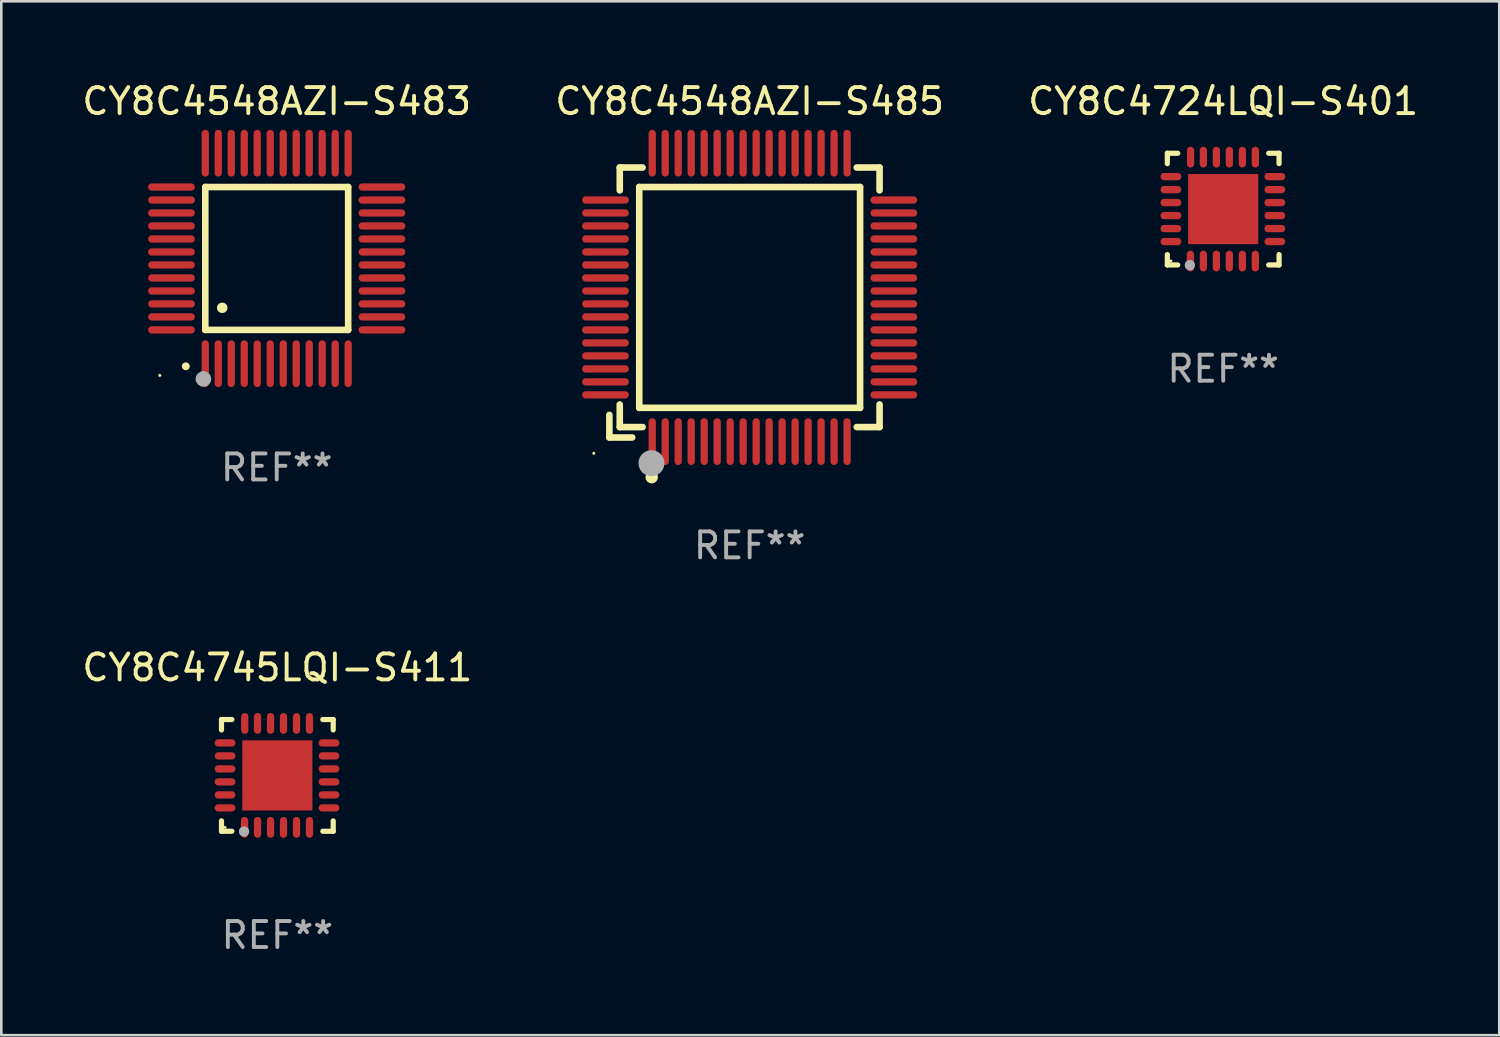
<source format=kicad_pcb>
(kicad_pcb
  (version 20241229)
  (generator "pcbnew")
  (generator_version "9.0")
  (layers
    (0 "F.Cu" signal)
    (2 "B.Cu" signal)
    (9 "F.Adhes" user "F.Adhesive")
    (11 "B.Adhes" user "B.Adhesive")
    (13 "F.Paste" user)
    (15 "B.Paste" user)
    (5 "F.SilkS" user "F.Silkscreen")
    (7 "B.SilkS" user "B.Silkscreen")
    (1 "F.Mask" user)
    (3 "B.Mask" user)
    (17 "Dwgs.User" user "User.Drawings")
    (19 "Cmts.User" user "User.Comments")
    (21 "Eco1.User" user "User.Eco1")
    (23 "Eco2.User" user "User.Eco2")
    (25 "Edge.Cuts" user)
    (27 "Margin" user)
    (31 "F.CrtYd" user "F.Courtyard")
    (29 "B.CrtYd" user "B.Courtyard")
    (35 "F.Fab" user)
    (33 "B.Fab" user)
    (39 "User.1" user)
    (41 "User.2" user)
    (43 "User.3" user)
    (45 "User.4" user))
  (footprint "CY8C4548AZI-S483"
    (layer "F.Cu")
    (at 7.601 6.898)
    (property "Reference" "CY8C4548AZI-S483" (at 0 -6.05 0) (layer "F.SilkS") (effects (font (size 1 1) (thickness 0.15))))
    (attr through_hole)
    (fp_line (start -2.75 -2.75) (end 2.75 -2.75) (stroke (width 0.254) (type solid)) (layer "F.SilkS"))
    (fp_line (start -2.75 2.75) (end -2.75 -2.75) (stroke (width 0.254) (type solid)) (layer "F.SilkS"))
    (fp_line (start 2.75 -2.75) (end 2.75 2.75) (stroke (width 0.254) (type solid)) (layer "F.SilkS"))
    (fp_line (start 2.75 2.75) (end -2.75 2.75) (stroke (width 0.254) (type solid)) (layer "F.SilkS"))
    (fp_arc (start -3.500127 4.150368) (mid -3.498857 4.150363) (end -3.497587 4.150368) (stroke (width 0.3) (type solid)) (layer "F.SilkS"))
    (fp_arc (start -2.100584 1.899924) (mid -2.098044 1.899908) (end -2.095504 1.899924) (stroke (width 0.4) (type solid)) (layer "F.SilkS"))
    (fp_circle (center -4.5 4.5) (end -4.47 4.5) (stroke (width 0.06) (type solid)) (fill no) (layer "F.SilkS"))
    (fp_circle (center -2.822 4.638) (end -2.672 4.638) (stroke (width 0.3) (type solid)) (fill no) (layer "F.Fab"))
    (fp_text user "REF**" (at 0 8.05 0) (layer "F.Fab") (effects (font (size 1 1) (thickness 0.15))))
    (pad "1" smd oval (at -2.75 4.05) (size 0.28 1.8) (layers "F.Cu" "F.Mask" "F.Paste"))
    (pad "2" smd oval (at -2.25 4.05) (size 0.28 1.8) (layers "F.Cu" "F.Mask" "F.Paste"))
    (pad "3" smd oval (at -1.75 4.05) (size 0.28 1.8) (layers "F.Cu" "F.Mask" "F.Paste"))
    (pad "4" smd oval (at -1.25 4.05) (size 0.28 1.8) (layers "F.Cu" "F.Mask" "F.Paste"))
    (pad "5" smd oval (at -0.75 4.05) (size 0.28 1.8) (layers "F.Cu" "F.Mask" "F.Paste"))
    (pad "6" smd oval (at -0.25 4.05) (size 0.28 1.8) (layers "F.Cu" "F.Mask" "F.Paste"))
    (pad "7" smd oval (at 0.25 4.05) (size 0.28 1.8) (layers "F.Cu" "F.Mask" "F.Paste"))
    (pad "8" smd oval (at 0.75 4.05) (size 0.28 1.8) (layers "F.Cu" "F.Mask" "F.Paste"))
    (pad "9" smd oval (at 1.25 4.05) (size 0.28 1.8) (layers "F.Cu" "F.Mask" "F.Paste"))
    (pad "10" smd oval (at 1.75 4.05) (size 0.28 1.8) (layers "F.Cu" "F.Mask" "F.Paste"))
    (pad "11" smd oval (at 2.25 4.05) (size 0.28 1.8) (layers "F.Cu" "F.Mask" "F.Paste"))
    (pad "12" smd oval (at 2.75 4.05) (size 0.28 1.8) (layers "F.Cu" "F.Mask" "F.Paste"))
    (pad "13" smd oval (at 4.05 2.75) (size 1.8 0.28) (layers "F.Cu" "F.Mask" "F.Paste"))
    (pad "14" smd oval (at 4.05 2.25) (size 1.8 0.28) (layers "F.Cu" "F.Mask" "F.Paste"))
    (pad "15" smd oval (at 4.05 1.75) (size 1.8 0.28) (layers "F.Cu" "F.Mask" "F.Paste"))
    (pad "16" smd oval (at 4.05 1.25) (size 1.8 0.28) (layers "F.Cu" "F.Mask" "F.Paste"))
    (pad "17" smd oval (at 4.05 0.75) (size 1.8 0.28) (layers "F.Cu" "F.Mask" "F.Paste"))
    (pad "18" smd oval (at 4.05 0.25) (size 1.8 0.28) (layers "F.Cu" "F.Mask" "F.Paste"))
    (pad "19" smd oval (at 4.05 -0.25) (size 1.8 0.28) (layers "F.Cu" "F.Mask" "F.Paste"))
    (pad "20" smd oval (at 4.05 -0.75) (size 1.8 0.28) (layers "F.Cu" "F.Mask" "F.Paste"))
    (pad "21" smd oval (at 4.05 -1.25) (size 1.8 0.28) (layers "F.Cu" "F.Mask" "F.Paste"))
    (pad "22" smd oval (at 4.05 -1.75) (size 1.8 0.28) (layers "F.Cu" "F.Mask" "F.Paste"))
    (pad "23" smd oval (at 4.05 -2.25) (size 1.8 0.28) (layers "F.Cu" "F.Mask" "F.Paste"))
    (pad "24" smd oval (at 4.05 -2.75) (size 1.8 0.28) (layers "F.Cu" "F.Mask" "F.Paste"))
    (pad "25" smd oval (at 2.75 -4.05) (size 0.28 1.8) (layers "F.Cu" "F.Mask" "F.Paste"))
    (pad "26" smd oval (at 2.25 -4.05) (size 0.28 1.8) (layers "F.Cu" "F.Mask" "F.Paste"))
    (pad "27" smd oval (at 1.75 -4.05) (size 0.28 1.8) (layers "F.Cu" "F.Mask" "F.Paste"))
    (pad "28" smd oval (at 1.25 -4.05) (size 0.28 1.8) (layers "F.Cu" "F.Mask" "F.Paste"))
    (pad "29" smd oval (at 0.75 -4.05) (size 0.28 1.8) (layers "F.Cu" "F.Mask" "F.Paste"))
    (pad "30" smd oval (at 0.25 -4.05) (size 0.28 1.8) (layers "F.Cu" "F.Mask" "F.Paste"))
    (pad "31" smd oval (at -0.25 -4.05) (size 0.28 1.8) (layers "F.Cu" "F.Mask" "F.Paste"))
    (pad "32" smd oval (at -0.75 -4.05) (size 0.28 1.8) (layers "F.Cu" "F.Mask" "F.Paste"))
    (pad "33" smd oval (at -1.25 -4.05) (size 0.28 1.8) (layers "F.Cu" "F.Mask" "F.Paste"))
    (pad "34" smd oval (at -1.75 -4.05) (size 0.28 1.8) (layers "F.Cu" "F.Mask" "F.Paste"))
    (pad "35" smd oval (at -2.25 -4.05) (size 0.28 1.8) (layers "F.Cu" "F.Mask" "F.Paste"))
    (pad "36" smd oval (at -2.75 -4.05) (size 0.28 1.8) (layers "F.Cu" "F.Mask" "F.Paste"))
    (pad "37" smd oval (at -4.05 -2.75) (size 1.8 0.28) (layers "F.Cu" "F.Mask" "F.Paste"))
    (pad "38" smd oval (at -4.05 -2.25) (size 1.8 0.28) (layers "F.Cu" "F.Mask" "F.Paste"))
    (pad "39" smd oval (at -4.05 -1.75) (size 1.8 0.28) (layers "F.Cu" "F.Mask" "F.Paste"))
    (pad "40" smd oval (at -4.05 -1.25) (size 1.8 0.28) (layers "F.Cu" "F.Mask" "F.Paste"))
    (pad "41" smd oval (at -4.05 -0.75) (size 1.8 0.28) (layers "F.Cu" "F.Mask" "F.Paste"))
    (pad "42" smd oval (at -4.05 -0.25) (size 1.8 0.28) (layers "F.Cu" "F.Mask" "F.Paste"))
    (pad "43" smd oval (at -4.05 0.25) (size 1.8 0.28) (layers "F.Cu" "F.Mask" "F.Paste"))
    (pad "44" smd oval (at -4.05 0.75) (size 1.8 0.28) (layers "F.Cu" "F.Mask" "F.Paste"))
    (pad "45" smd oval (at -4.05 1.25) (size 1.8 0.28) (layers "F.Cu" "F.Mask" "F.Paste"))
    (pad "46" smd oval (at -4.05 1.75) (size 1.8 0.28) (layers "F.Cu" "F.Mask" "F.Paste"))
    (pad "47" smd oval (at -4.05 2.25) (size 1.8 0.28) (layers "F.Cu" "F.Mask" "F.Paste"))
    (pad "48" smd oval (at -4.05 2.75) (size 1.8 0.28) (layers "F.Cu" "F.Mask" "F.Paste")))
  (footprint "CY8C4548AZI-S485"
    (layer "F.Cu")
    (at 25.804 8.398)
    (property "Reference" "CY8C4548AZI-S485" (at 0 -7.55 0) (layer "F.SilkS") (effects (font (size 1 1) (thickness 0.15))))
    (attr through_hole)
    (fp_line (start -5.4 4.521) (end -5.4 5.39) (stroke (width 0.254) (type solid)) (layer "F.SilkS"))
    (fp_line (start -5.4 5.39) (end -4.521 5.39) (stroke (width 0.254) (type solid)) (layer "F.SilkS"))
    (fp_line (start -5 -5) (end -5 -4.121) (stroke (width 0.254) (type solid)) (layer "F.SilkS"))
    (fp_line (start -5 4.121) (end -5 4.99) (stroke (width 0.254) (type solid)) (layer "F.SilkS"))
    (fp_line (start -5 4.99) (end -4.121 4.99) (stroke (width 0.254) (type solid)) (layer "F.SilkS"))
    (fp_line (start -4.25 -4.25) (end -4.25 4.25) (stroke (width 0.254) (type solid)) (layer "F.SilkS"))
    (fp_line (start -4.25 4.25) (end 4.25 4.25) (stroke (width 0.254) (type solid)) (layer "F.SilkS"))
    (fp_line (start -4.121 -5) (end -5 -5) (stroke (width 0.254) (type solid)) (layer "F.SilkS"))
    (fp_line (start 4.121 4.99) (end 5 4.99) (stroke (width 0.254) (type solid)) (layer "F.SilkS"))
    (fp_line (start 4.25 -4.25) (end -4.25 -4.25) (stroke (width 0.254) (type solid)) (layer "F.SilkS"))
    (fp_line (start 4.25 4.25) (end 4.25 -4.25) (stroke (width 0.254) (type solid)) (layer "F.SilkS"))
    (fp_line (start 5 -5) (end 4.121 -5) (stroke (width 0.254) (type solid)) (layer "F.SilkS"))
    (fp_line (start 5 -4.121) (end 5 -5) (stroke (width 0.254) (type solid)) (layer "F.SilkS"))
    (fp_line (start 5 4.99) (end 5 4.121) (stroke (width 0.254) (type solid)) (layer "F.SilkS"))
    (fp_circle (center -6 6) (end -5.97 6) (stroke (width 0.06) (type solid)) (fill no) (layer "F.SilkS"))
    (fp_circle (center -3.77 6.92) (end -3.65 6.92) (stroke (width 0.24) (type solid)) (fill no) (layer "F.SilkS"))
    (fp_circle (center -3.78 6.38) (end -3.53 6.38) (stroke (width 0.5) (type solid)) (fill no) (layer "F.Fab"))
    (fp_text user "REF**" (at 0 9.55 0) (layer "F.Fab") (effects (font (size 1 1) (thickness 0.15))))
    (pad "1" smd oval (at -3.75 5.55) (size 0.28 1.8) (layers "F.Cu" "F.Mask" "F.Paste"))
    (pad "2" smd oval (at -3.25 5.55) (size 0.28 1.8) (layers "F.Cu" "F.Mask" "F.Paste"))
    (pad "3" smd oval (at -2.75 5.55) (size 0.28 1.8) (layers "F.Cu" "F.Mask" "F.Paste"))
    (pad "4" smd oval (at -2.25 5.55) (size 0.28 1.8) (layers "F.Cu" "F.Mask" "F.Paste"))
    (pad "5" smd oval (at -1.75 5.55) (size 0.28 1.8) (layers "F.Cu" "F.Mask" "F.Paste"))
    (pad "6" smd oval (at -1.25 5.55) (size 0.28 1.8) (layers "F.Cu" "F.Mask" "F.Paste"))
    (pad "7" smd oval (at -0.75 5.55) (size 0.28 1.8) (layers "F.Cu" "F.Mask" "F.Paste"))
    (pad "8" smd oval (at -0.25 5.55) (size 0.28 1.8) (layers "F.Cu" "F.Mask" "F.Paste"))
    (pad "9" smd oval (at 0.25 5.55) (size 0.28 1.8) (layers "F.Cu" "F.Mask" "F.Paste"))
    (pad "10" smd oval (at 0.75 5.55) (size 0.28 1.8) (layers "F.Cu" "F.Mask" "F.Paste"))
    (pad "11" smd oval (at 1.25 5.55) (size 0.28 1.8) (layers "F.Cu" "F.Mask" "F.Paste"))
    (pad "12" smd oval (at 1.75 5.55) (size 0.28 1.8) (layers "F.Cu" "F.Mask" "F.Paste"))
    (pad "13" smd oval (at 2.25 5.55) (size 0.28 1.8) (layers "F.Cu" "F.Mask" "F.Paste"))
    (pad "14" smd oval (at 2.75 5.55) (size 0.28 1.8) (layers "F.Cu" "F.Mask" "F.Paste"))
    (pad "15" smd oval (at 3.25 5.55) (size 0.28 1.8) (layers "F.Cu" "F.Mask" "F.Paste"))
    (pad "16" smd oval (at 3.75 5.55) (size 0.28 1.8) (layers "F.Cu" "F.Mask" "F.Paste"))
    (pad "17" smd oval (at 5.55 3.75) (size 1.8 0.28) (layers "F.Cu" "F.Mask" "F.Paste"))
    (pad "18" smd oval (at 5.55 3.25) (size 1.8 0.28) (layers "F.Cu" "F.Mask" "F.Paste"))
    (pad "19" smd oval (at 5.55 2.75) (size 1.8 0.28) (layers "F.Cu" "F.Mask" "F.Paste"))
    (pad "20" smd oval (at 5.55 2.25) (size 1.8 0.28) (layers "F.Cu" "F.Mask" "F.Paste"))
    (pad "21" smd oval (at 5.55 1.75) (size 1.8 0.28) (layers "F.Cu" "F.Mask" "F.Paste"))
    (pad "22" smd oval (at 5.55 1.25) (size 1.8 0.28) (layers "F.Cu" "F.Mask" "F.Paste"))
    (pad "23" smd oval (at 5.55 0.75) (size 1.8 0.28) (layers "F.Cu" "F.Mask" "F.Paste"))
    (pad "24" smd oval (at 5.55 0.25) (size 1.8 0.28) (layers "F.Cu" "F.Mask" "F.Paste"))
    (pad "25" smd oval (at 5.55 -0.25) (size 1.8 0.28) (layers "F.Cu" "F.Mask" "F.Paste"))
    (pad "26" smd oval (at 5.55 -0.75) (size 1.8 0.28) (layers "F.Cu" "F.Mask" "F.Paste"))
    (pad "27" smd oval (at 5.55 -1.25) (size 1.8 0.28) (layers "F.Cu" "F.Mask" "F.Paste"))
    (pad "28" smd oval (at 5.55 -1.75) (size 1.8 0.28) (layers "F.Cu" "F.Mask" "F.Paste"))
    (pad "29" smd oval (at 5.55 -2.25) (size 1.8 0.28) (layers "F.Cu" "F.Mask" "F.Paste"))
    (pad "30" smd oval (at 5.55 -2.75) (size 1.8 0.28) (layers "F.Cu" "F.Mask" "F.Paste"))
    (pad "31" smd oval (at 5.55 -3.25) (size 1.8 0.28) (layers "F.Cu" "F.Mask" "F.Paste"))
    (pad "32" smd oval (at 5.55 -3.75) (size 1.8 0.28) (layers "F.Cu" "F.Mask" "F.Paste"))
    (pad "33" smd oval (at 3.75 -5.55) (size 0.28 1.8) (layers "F.Cu" "F.Mask" "F.Paste"))
    (pad "34" smd oval (at 3.25 -5.55) (size 0.28 1.8) (layers "F.Cu" "F.Mask" "F.Paste"))
    (pad "35" smd oval (at 2.75 -5.55) (size 0.28 1.8) (layers "F.Cu" "F.Mask" "F.Paste"))
    (pad "36" smd oval (at 2.25 -5.55) (size 0.28 1.8) (layers "F.Cu" "F.Mask" "F.Paste"))
    (pad "37" smd oval (at 1.75 -5.55) (size 0.28 1.8) (layers "F.Cu" "F.Mask" "F.Paste"))
    (pad "38" smd oval (at 1.25 -5.55) (size 0.28 1.8) (layers "F.Cu" "F.Mask" "F.Paste"))
    (pad "39" smd oval (at 0.75 -5.55) (size 0.28 1.8) (layers "F.Cu" "F.Mask" "F.Paste"))
    (pad "40" smd oval (at 0.25 -5.55) (size 0.28 1.8) (layers "F.Cu" "F.Mask" "F.Paste"))
    (pad "41" smd oval (at -0.25 -5.55) (size 0.28 1.8) (layers "F.Cu" "F.Mask" "F.Paste"))
    (pad "42" smd oval (at -0.75 -5.55) (size 0.28 1.8) (layers "F.Cu" "F.Mask" "F.Paste"))
    (pad "43" smd oval (at -1.25 -5.55) (size 0.28 1.8) (layers "F.Cu" "F.Mask" "F.Paste"))
    (pad "44" smd oval (at -1.75 -5.55) (size 0.28 1.8) (layers "F.Cu" "F.Mask" "F.Paste"))
    (pad "45" smd oval (at -2.25 -5.55) (size 0.28 1.8) (layers "F.Cu" "F.Mask" "F.Paste"))
    (pad "46" smd oval (at -2.75 -5.55) (size 0.28 1.8) (layers "F.Cu" "F.Mask" "F.Paste"))
    (pad "47" smd oval (at -3.25 -5.55) (size 0.28 1.8) (layers "F.Cu" "F.Mask" "F.Paste"))
    (pad "48" smd oval (at -3.75 -5.55) (size 0.28 1.8) (layers "F.Cu" "F.Mask" "F.Paste"))
    (pad "49" smd oval (at -5.55 -3.75) (size 1.8 0.28) (layers "F.Cu" "F.Mask" "F.Paste"))
    (pad "50" smd oval (at -5.55 -3.25) (size 1.8 0.28) (layers "F.Cu" "F.Mask" "F.Paste"))
    (pad "51" smd oval (at -5.55 -2.75) (size 1.8 0.28) (layers "F.Cu" "F.Mask" "F.Paste"))
    (pad "52" smd oval (at -5.55 -2.25) (size 1.8 0.28) (layers "F.Cu" "F.Mask" "F.Paste"))
    (pad "53" smd oval (at -5.55 -1.75) (size 1.8 0.28) (layers "F.Cu" "F.Mask" "F.Paste"))
    (pad "54" smd oval (at -5.55 -1.25) (size 1.8 0.28) (layers "F.Cu" "F.Mask" "F.Paste"))
    (pad "55" smd oval (at -5.55 -0.75) (size 1.8 0.28) (layers "F.Cu" "F.Mask" "F.Paste"))
    (pad "56" smd oval (at -5.55 -0.25) (size 1.8 0.28) (layers "F.Cu" "F.Mask" "F.Paste"))
    (pad "57" smd oval (at -5.55 0.25) (size 1.8 0.28) (layers "F.Cu" "F.Mask" "F.Paste"))
    (pad "58" smd oval (at -5.55 0.75) (size 1.8 0.28) (layers "F.Cu" "F.Mask" "F.Paste"))
    (pad "59" smd oval (at -5.55 1.25) (size 1.8 0.28) (layers "F.Cu" "F.Mask" "F.Paste"))
    (pad "60" smd oval (at -5.55 1.75) (size 1.8 0.28) (layers "F.Cu" "F.Mask" "F.Paste"))
    (pad "61" smd oval (at -5.55 2.25) (size 1.8 0.28) (layers "F.Cu" "F.Mask" "F.Paste"))
    (pad "62" smd oval (at -5.55 2.75) (size 1.8 0.28) (layers "F.Cu" "F.Mask" "F.Paste"))
    (pad "63" smd oval (at -5.55 3.25) (size 1.8 0.28) (layers "F.Cu" "F.Mask" "F.Paste"))
    (pad "64" smd oval (at -5.55 3.75) (size 1.8 0.28) (layers "F.Cu" "F.Mask" "F.Paste")))
  (footprint "CY8C4724LQI-S401"
    (layer "F.Cu")
    (at 44.03 4.998)
    (property "Reference" "CY8C4724LQI-S401" (at 0 -4.15 0) (layer "F.SilkS") (effects (font (size 1 1) (thickness 0.15))))
    (attr through_hole)
    (fp_line (start -2.15 -2.15) (end -1.75 -2.15) (stroke (width 0.2) (type solid)) (layer "F.SilkS"))
    (fp_line (start -2.15 -1.75) (end -2.15 -2.15) (stroke (width 0.2) (type solid)) (layer "F.SilkS"))
    (fp_line (start -2.15 2.15) (end -2.15 1.75) (stroke (width 0.2) (type solid)) (layer "F.SilkS"))
    (fp_line (start -1.75 2.15) (end -2.15 2.15) (stroke (width 0.2) (type solid)) (layer "F.SilkS"))
    (fp_line (start 2.15 -2.15) (end 1.75 -2.15) (stroke (width 0.2) (type solid)) (layer "F.SilkS"))
    (fp_line (start 2.15 -1.75) (end 2.15 -2.15) (stroke (width 0.2) (type solid)) (layer "F.SilkS"))
    (fp_line (start 2.15 1.75) (end 2.15 2.15) (stroke (width 0.2) (type solid)) (layer "F.SilkS"))
    (fp_line (start 2.15 2.15) (end 1.75 2.15) (stroke (width 0.2) (type solid)) (layer "F.SilkS"))
    (fp_circle (center -2.013 2) (end -1.983 2) (stroke (width 0.06) (type solid)) (fill no) (layer "F.SilkS"))
    (fp_circle (center -1.282 2.159) (end -1.182 2.159) (stroke (width 0.2) (type solid)) (fill no) (layer "F.Fab"))
    (fp_text user "REF**" (at 0 6.15 0) (layer "F.Fab") (effects (font (size 1 1) (thickness 0.15))))
    (pad "1" smd oval (at -1.262 2) (size 0.28 0.8) (layers "F.Cu" "F.Mask" "F.Paste"))
    (pad "2" smd oval (at -0.763 2) (size 0.28 0.8) (layers "F.Cu" "F.Mask" "F.Paste"))
    (pad "3" smd oval (at -0.262 2) (size 0.28 0.8) (layers "F.Cu" "F.Mask" "F.Paste"))
    (pad "4" smd oval (at 0.237 2) (size 0.28 0.8) (layers "F.Cu" "F.Mask" "F.Paste"))
    (pad "5" smd oval (at 0.738 2) (size 0.28 0.8) (layers "F.Cu" "F.Mask" "F.Paste"))
    (pad "6" smd oval (at 1.237 2) (size 0.28 0.8) (layers "F.Cu" "F.Mask" "F.Paste"))
    (pad "7" smd oval (at 1.988 1.25) (size 0.8 0.28) (layers "F.Cu" "F.Mask" "F.Paste"))
    (pad "8" smd oval (at 1.988 0.75) (size 0.8 0.28) (layers "F.Cu" "F.Mask" "F.Paste"))
    (pad "9" smd oval (at 1.988 0.25) (size 0.8 0.28) (layers "F.Cu" "F.Mask" "F.Paste"))
    (pad "10" smd oval (at 1.988 -0.25) (size 0.8 0.28) (layers "F.Cu" "F.Mask" "F.Paste"))
    (pad "11" smd oval (at 1.988 -0.75) (size 0.8 0.28) (layers "F.Cu" "F.Mask" "F.Paste"))
    (pad "12" smd oval (at 1.988 -1.25) (size 0.8 0.28) (layers "F.Cu" "F.Mask" "F.Paste"))
    (pad "13" smd oval (at 1.237 -2) (size 0.28 0.8) (layers "F.Cu" "F.Mask" "F.Paste"))
    (pad "14" smd oval (at 0.738 -2) (size 0.28 0.8) (layers "F.Cu" "F.Mask" "F.Paste"))
    (pad "15" smd oval (at 0.237 -2) (size 0.28 0.8) (layers "F.Cu" "F.Mask" "F.Paste"))
    (pad "16" smd oval (at -0.262 -2) (size 0.28 0.8) (layers "F.Cu" "F.Mask" "F.Paste"))
    (pad "17" smd oval (at -0.763 -2) (size 0.28 0.8) (layers "F.Cu" "F.Mask" "F.Paste"))
    (pad "18" smd oval (at -1.255 -2) (size 0.28 0.8) (layers "F.Cu" "F.Mask" "F.Paste"))
    (pad "19" smd oval (at -2.012 -1.25) (size 0.8 0.28) (layers "F.Cu" "F.Mask" "F.Paste"))
    (pad "20" smd oval (at -2.012 -0.75) (size 0.8 0.28) (layers "F.Cu" "F.Mask" "F.Paste"))
    (pad "21" smd oval (at -2.012 -0.25) (size 0.8 0.28) (layers "F.Cu" "F.Mask" "F.Paste"))
    (pad "22" smd oval (at -2.012 0.25) (size 0.8 0.28) (layers "F.Cu" "F.Mask" "F.Paste"))
    (pad "23" smd oval (at -2.012 0.75) (size 0.8 0.28) (layers "F.Cu" "F.Mask" "F.Paste"))
    (pad "24" smd oval (at -2.012 1.25) (size 0.8 0.28) (layers "F.Cu" "F.Mask" "F.Paste"))
    (pad "25" smd rect (at -0.000013 -0.000025) (size 2.7 2.7) (layers "F.Cu" "F.Mask" "F.Paste")))
  (footprint "CY8C4745LQI-S411"
    (layer "F.Cu")
    (at 7.625 26.795)
    (property "Reference" "CY8C4745LQI-S411" (at 0 -4.15 0) (layer "F.SilkS") (effects (font (size 1 1) (thickness 0.15))))
    (attr through_hole)
    (fp_line (start -2.15 -2.15) (end -1.75 -2.15) (stroke (width 0.2) (type solid)) (layer "F.SilkS"))
    (fp_line (start -2.15 -1.75) (end -2.15 -2.15) (stroke (width 0.2) (type solid)) (layer "F.SilkS"))
    (fp_line (start -2.15 2.15) (end -2.15 1.75) (stroke (width 0.2) (type solid)) (layer "F.SilkS"))
    (fp_line (start -1.75 2.15) (end -2.15 2.15) (stroke (width 0.2) (type solid)) (layer "F.SilkS"))
    (fp_line (start 2.15 -2.15) (end 1.75 -2.15) (stroke (width 0.2) (type solid)) (layer "F.SilkS"))
    (fp_line (start 2.15 -1.75) (end 2.15 -2.15) (stroke (width 0.2) (type solid)) (layer "F.SilkS"))
    (fp_line (start 2.15 1.75) (end 2.15 2.15) (stroke (width 0.2) (type solid)) (layer "F.SilkS"))
    (fp_line (start 2.15 2.15) (end 1.75 2.15) (stroke (width 0.2) (type solid)) (layer "F.SilkS"))
    (fp_circle (center -2.013 2) (end -1.983 2) (stroke (width 0.06) (type solid)) (fill no) (layer "F.SilkS"))
    (fp_circle (center -1.282 2.159) (end -1.182 2.159) (stroke (width 0.2) (type solid)) (fill no) (layer "F.Fab"))
    (fp_text user "REF**" (at 0 6.15 0) (layer "F.Fab") (effects (font (size 1 1) (thickness 0.15))))
    (pad "1" smd oval (at -1.262 2) (size 0.28 0.8) (layers "F.Cu" "F.Mask" "F.Paste"))
    (pad "2" smd oval (at -0.763 2) (size 0.28 0.8) (layers "F.Cu" "F.Mask" "F.Paste"))
    (pad "3" smd oval (at -0.262 2) (size 0.28 0.8) (layers "F.Cu" "F.Mask" "F.Paste"))
    (pad "4" smd oval (at 0.237 2) (size 0.28 0.8) (layers "F.Cu" "F.Mask" "F.Paste"))
    (pad "5" smd oval (at 0.738 2) (size 0.28 0.8) (layers "F.Cu" "F.Mask" "F.Paste"))
    (pad "6" smd oval (at 1.237 2) (size 0.28 0.8) (layers "F.Cu" "F.Mask" "F.Paste"))
    (pad "7" smd oval (at 1.988 1.25) (size 0.8 0.28) (layers "F.Cu" "F.Mask" "F.Paste"))
    (pad "8" smd oval (at 1.988 0.75) (size 0.8 0.28) (layers "F.Cu" "F.Mask" "F.Paste"))
    (pad "9" smd oval (at 1.988 0.25) (size 0.8 0.28) (layers "F.Cu" "F.Mask" "F.Paste"))
    (pad "10" smd oval (at 1.988 -0.25) (size 0.8 0.28) (layers "F.Cu" "F.Mask" "F.Paste"))
    (pad "11" smd oval (at 1.988 -0.75) (size 0.8 0.28) (layers "F.Cu" "F.Mask" "F.Paste"))
    (pad "12" smd oval (at 1.988 -1.25) (size 0.8 0.28) (layers "F.Cu" "F.Mask" "F.Paste"))
    (pad "13" smd oval (at 1.237 -2) (size 0.28 0.8) (layers "F.Cu" "F.Mask" "F.Paste"))
    (pad "14" smd oval (at 0.738 -2) (size 0.28 0.8) (layers "F.Cu" "F.Mask" "F.Paste"))
    (pad "15" smd oval (at 0.237 -2) (size 0.28 0.8) (layers "F.Cu" "F.Mask" "F.Paste"))
    (pad "16" smd oval (at -0.262 -2) (size 0.28 0.8) (layers "F.Cu" "F.Mask" "F.Paste"))
    (pad "17" smd oval (at -0.763 -2) (size 0.28 0.8) (layers "F.Cu" "F.Mask" "F.Paste"))
    (pad "18" smd oval (at -1.255 -2) (size 0.28 0.8) (layers "F.Cu" "F.Mask" "F.Paste"))
    (pad "19" smd oval (at -2.012 -1.25) (size 0.8 0.28) (layers "F.Cu" "F.Mask" "F.Paste"))
    (pad "20" smd oval (at -2.012 -0.75) (size 0.8 0.28) (layers "F.Cu" "F.Mask" "F.Paste"))
    (pad "21" smd oval (at -2.012 -0.25) (size 0.8 0.28) (layers "F.Cu" "F.Mask" "F.Paste"))
    (pad "22" smd oval (at -2.012 0.25) (size 0.8 0.28) (layers "F.Cu" "F.Mask" "F.Paste"))
    (pad "23" smd oval (at -2.012 0.75) (size 0.8 0.28) (layers "F.Cu" "F.Mask" "F.Paste"))
    (pad "24" smd oval (at -2.012 1.25) (size 0.8 0.28) (layers "F.Cu" "F.Mask" "F.Paste"))
    (pad "25" smd rect (at -0.000013 -0.000025) (size 2.7 2.7) (layers "F.Cu" "F.Mask" "F.Paste")))
  (gr_rect
    (start -3 -3)
    (end 54.655 36.793)
    (stroke (width 0.1) (type default))
    (fill no)
    (layer "Edge.Cuts")))
</source>
